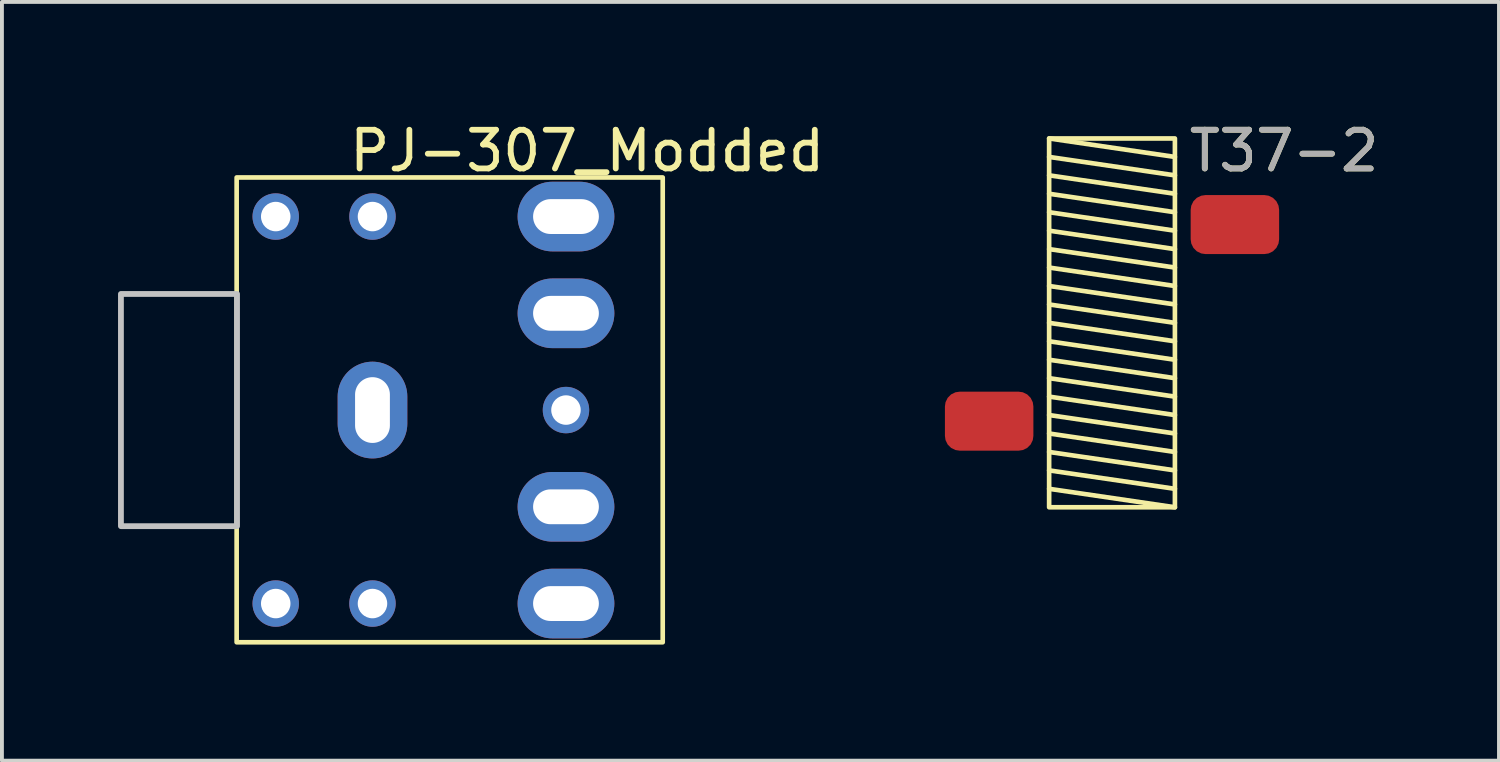
<source format=kicad_pcb>
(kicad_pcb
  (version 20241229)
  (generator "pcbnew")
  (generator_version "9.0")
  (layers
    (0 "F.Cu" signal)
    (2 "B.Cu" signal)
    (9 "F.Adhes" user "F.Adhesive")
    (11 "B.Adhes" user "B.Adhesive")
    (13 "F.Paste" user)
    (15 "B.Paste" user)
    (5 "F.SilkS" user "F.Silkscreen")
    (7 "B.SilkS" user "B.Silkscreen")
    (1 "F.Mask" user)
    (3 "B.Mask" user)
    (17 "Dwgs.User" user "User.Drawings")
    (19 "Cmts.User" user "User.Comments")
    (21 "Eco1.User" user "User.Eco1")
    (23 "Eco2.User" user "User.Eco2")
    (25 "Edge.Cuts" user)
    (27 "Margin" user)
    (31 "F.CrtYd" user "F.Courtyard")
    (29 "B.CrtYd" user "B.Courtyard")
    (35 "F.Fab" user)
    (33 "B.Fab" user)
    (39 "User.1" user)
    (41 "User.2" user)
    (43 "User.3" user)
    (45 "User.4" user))
  (footprint "T37-2"
    (layer "F.Cu")
    (at 25.685 5.293)
    (property "Reference" "T37-2" (at 4.445 -4.445 0) (unlocked yes) (layer "F.SilkS") (effects (font (size 1 1) (thickness 0.15))))
    (attr smd)
    (fp_line (start -1.625 -4.765) (end 1.625 -4.288) (stroke (width 0.12) (type solid)) (layer "F.SilkS"))
    (fp_line (start -1.625 -4.288) (end 1.625 -3.812) (stroke (width 0.12) (type solid)) (layer "F.SilkS"))
    (fp_line (start -1.625 -3.812) (end 1.625 -3.336) (stroke (width 0.12) (type solid)) (layer "F.SilkS"))
    (fp_line (start -1.625 -3.336) (end 1.625 -2.859) (stroke (width 0.12) (type solid)) (layer "F.SilkS"))
    (fp_line (start -1.625 -2.859) (end 1.625 -2.382) (stroke (width 0.12) (type solid)) (layer "F.SilkS"))
    (fp_line (start -1.625 -2.382) (end 1.625 -1.906) (stroke (width 0.12) (type solid)) (layer "F.SilkS"))
    (fp_line (start -1.625 -1.906) (end 1.625 -1.429) (stroke (width 0.12) (type solid)) (layer "F.SilkS"))
    (fp_line (start -1.625 -1.429) (end 1.625 -0.953) (stroke (width 0.12) (type solid)) (layer "F.SilkS"))
    (fp_line (start -1.625 -0.953) (end 1.625 -0.476) (stroke (width 0.12) (type solid)) (layer "F.SilkS"))
    (fp_line (start -1.625 -0.476) (end 1.625 0) (stroke (width 0.12) (type solid)) (layer "F.SilkS"))
    (fp_line (start -1.625 0) (end 1.625 0.476) (stroke (width 0.12) (type solid)) (layer "F.SilkS"))
    (fp_line (start -1.625 0.476) (end 1.625 0.953) (stroke (width 0.12) (type solid)) (layer "F.SilkS"))
    (fp_line (start -1.625 0.953) (end 1.625 1.429) (stroke (width 0.12) (type solid)) (layer "F.SilkS"))
    (fp_line (start -1.625 1.429) (end 1.625 1.906) (stroke (width 0.12) (type solid)) (layer "F.SilkS"))
    (fp_line (start -1.625 1.906) (end 1.625 2.382) (stroke (width 0.12) (type solid)) (layer "F.SilkS"))
    (fp_line (start -1.625 2.382) (end 1.625 2.859) (stroke (width 0.12) (type solid)) (layer "F.SilkS"))
    (fp_line (start -1.625 2.859) (end 1.625 3.336) (stroke (width 0.12) (type solid)) (layer "F.SilkS"))
    (fp_line (start -1.625 3.336) (end 1.625 3.812) (stroke (width 0.12) (type solid)) (layer "F.SilkS"))
    (fp_line (start -1.625 3.812) (end 1.625 4.288) (stroke (width 0.12) (type solid)) (layer "F.SilkS"))
    (fp_line (start -1.625 4.288) (end 1.625 4.765) (stroke (width 0.12) (type solid)) (layer "F.SilkS"))
    (fp_rect (start -1.625 -4.765) (end 1.625 4.765) (stroke (width 0.12) (type solid)) (fill no) (layer "F.SilkS"))
    (fp_text user "${REFERENCE}" (at 4.445 -4.445 0) (unlocked yes) (layer "F.Fab") (effects (font (size 1 1) (thickness 0.15))))
    (pad "1" smd roundrect (at -3.175 2.54) (size 2.286 1.524) (layers "F.Cu" "F.Mask" "F.Paste") (roundrect_rratio 0.25))
    (pad "2" smd roundrect (at 3.175 -2.54) (size 2.286 1.524) (layers "F.Cu" "F.Mask" "F.Paste") (roundrect_rratio 0.25)))
  (footprint "PJ-307_Modded"
    (layer "F.Cu")
    (at 9.575 7.546)
    (property "Reference" "PJ-307_Modded" (at 2.548 -6.698 0) (layer "F.SilkS") (effects (font (size 1 1) (thickness 0.15))))
    (attr through_hole)
    (fp_rect (start -6.51 -6.01) (end 4.5 6) (stroke (width 0.12) (type solid)) (fill no) (layer "F.SilkS"))
    (fp_poly (pts (xy -6.5 -3) (xy -6.5 3) (xy -9.5 3) (xy -9.5 -3)) (stroke (width 0.15) (type solid)) (fill no) (layer "Dwgs.User"))
    (pad "" np_thru_hole circle (at -5.5 -5) (size 1.2 1.2) (drill 0.762) (layers "*.Cu" "*.Mask"))
    (pad "" np_thru_hole circle (at -5.5 5) (size 1.2 1.2) (drill 0.762) (layers "*.Cu" "*.Mask"))
    (pad "" np_thru_hole circle (at -3 -5) (size 1.2 1.2) (drill 0.762) (layers "*.Cu" "*.Mask"))
    (pad "" np_thru_hole circle (at -3 5) (size 1.2 1.2) (drill 0.762) (layers "*.Cu" "*.Mask"))
    (pad "" np_thru_hole circle (at 2 0) (size 1.2 1.2) (drill 0.762) (layers "*.Cu" "*.Mask"))
    (pad "R" thru_hole oval (at 2 -5) (size 2.5 1.8) (drill oval 1.7 0.9) (layers "*.Cu" "*.Mask"))
    (pad "RN" thru_hole oval (at 2 -2.5) (size 2.5 1.8) (drill oval 1.7 0.9) (layers "*.Cu" "*.Mask"))
    (pad "S" thru_hole oval (at -3 0 90) (size 2.5 1.8) (drill oval 1.7 0.9) (layers "*.Cu" "*.Mask"))
    (pad "T" thru_hole oval (at 2 5) (size 2.5 1.8) (drill oval 1.7 0.9) (layers "*.Cu" "*.Mask"))
    (pad "TN" thru_hole oval (at 2 2.5) (size 2.5 1.8) (drill oval 1.7 0.9) (layers "*.Cu" "*.Mask")))
  (gr_rect
    (start -3 -3)
    (end 35.684 16.606)
    (stroke (width 0.1) (type default))
    (fill no)
    (layer "Edge.Cuts")))
</source>
